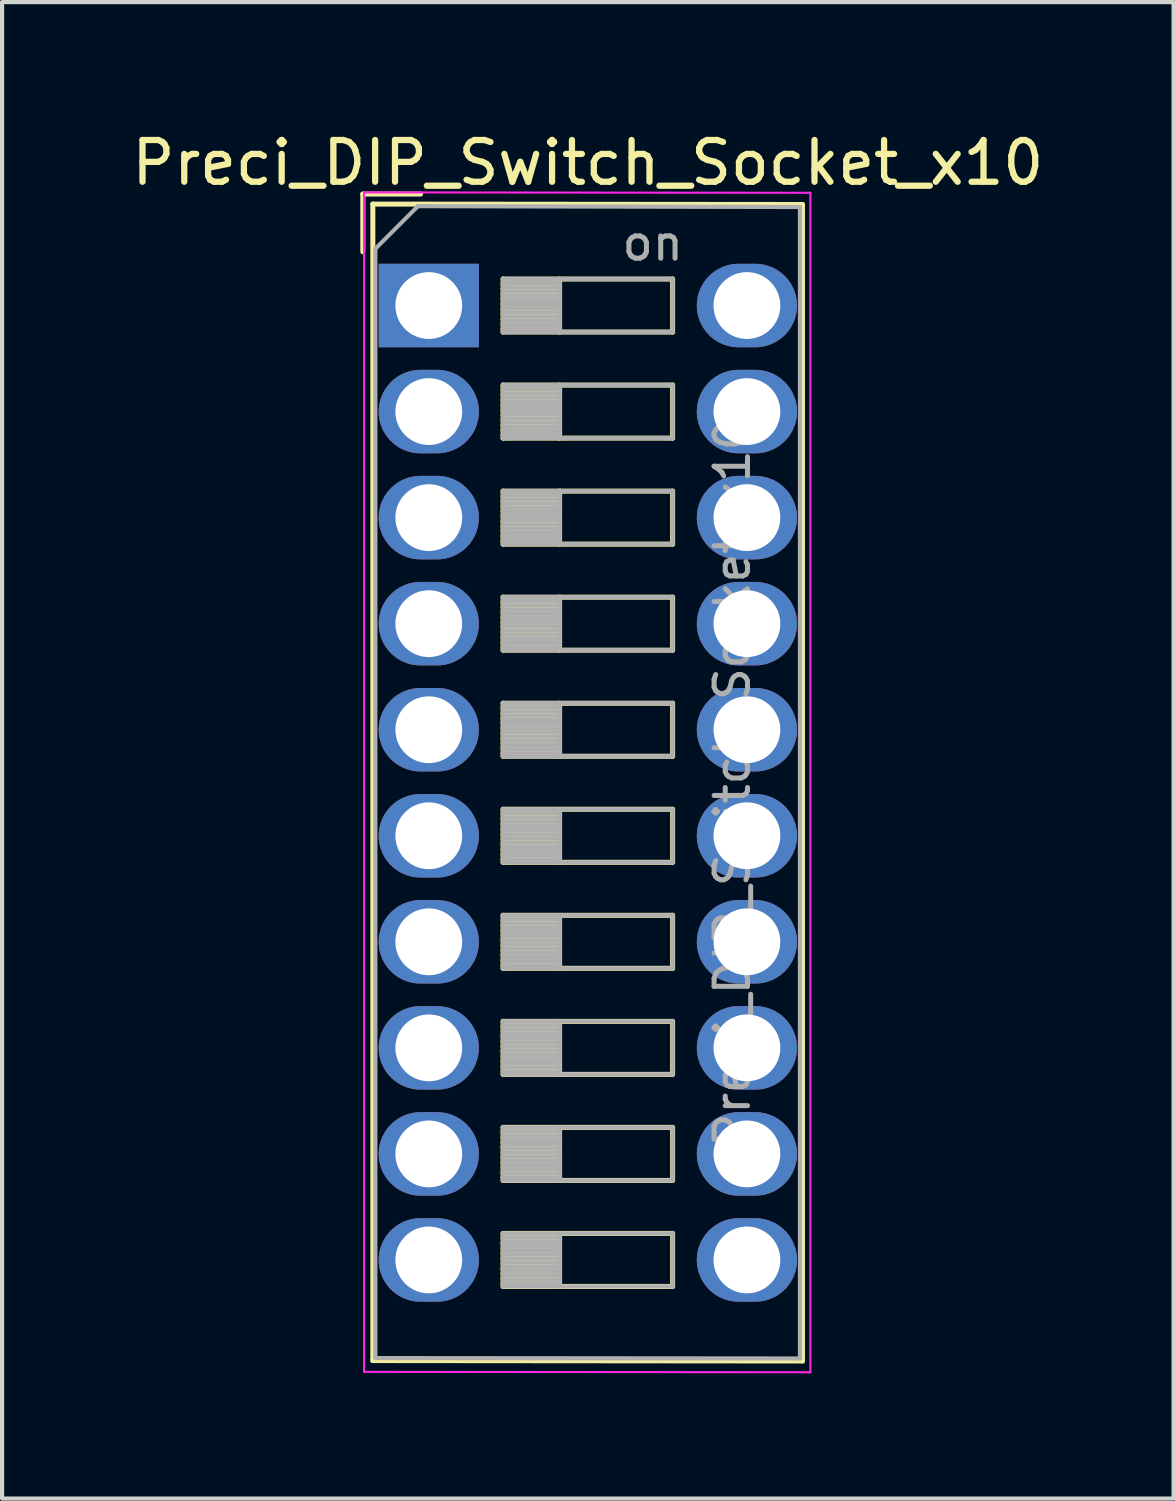
<source format=kicad_pcb>
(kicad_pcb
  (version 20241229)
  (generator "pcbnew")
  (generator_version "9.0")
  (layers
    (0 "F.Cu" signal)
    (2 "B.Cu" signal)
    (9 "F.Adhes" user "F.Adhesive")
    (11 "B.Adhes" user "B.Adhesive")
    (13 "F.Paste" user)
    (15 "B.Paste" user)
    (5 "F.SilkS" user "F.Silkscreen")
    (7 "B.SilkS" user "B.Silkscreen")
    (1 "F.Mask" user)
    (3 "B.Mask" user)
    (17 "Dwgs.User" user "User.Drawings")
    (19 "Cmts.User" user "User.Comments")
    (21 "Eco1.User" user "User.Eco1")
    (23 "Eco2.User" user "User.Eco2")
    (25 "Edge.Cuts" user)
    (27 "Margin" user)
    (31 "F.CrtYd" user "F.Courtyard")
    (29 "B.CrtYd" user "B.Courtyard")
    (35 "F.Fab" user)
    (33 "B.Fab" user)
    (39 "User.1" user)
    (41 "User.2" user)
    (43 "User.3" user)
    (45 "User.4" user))
  (footprint "Preci_DIP_Switch_Socket_x10"
    (layer "F.Cu")
    (at 7.22 4.268)
    (property "Reference" "Preci_DIP_Switch_Socket_x10" (at 3.81 -3.42 0) (layer "F.SilkS") (effects (font (size 1 1) (thickness 0.15))))
    (attr through_hole)
    (fp_line (start -1.58 -2.67) (end -1.58 -1.287) (stroke (width 0.12) (type solid)) (layer "F.SilkS"))
    (fp_line (start -1.58 -2.67) (end -0.196 -2.67) (stroke (width 0.12) (type solid)) (layer "F.SilkS"))
    (fp_line (start -1.34 -2.43) (end -1.34 25.27) (stroke (width 0.12) (type solid)) (layer "F.SilkS"))
    (fp_line (start -1.34 -2.43) (end 8.95 -2.42) (stroke (width 0.12) (type solid)) (layer "F.SilkS"))
    (fp_line (start -1.34 25.27) (end 8.95 25.28) (stroke (width 0.12) (type solid)) (layer "F.SilkS"))
    (fp_line (start 1.78 -0.635) (end 1.78 0.635) (stroke (width 0.12) (type solid)) (layer "F.SilkS"))
    (fp_line (start 1.78 -0.515) (end 3.133 -0.515) (stroke (width 0.12) (type solid)) (layer "F.SilkS"))
    (fp_line (start 1.78 -0.395) (end 3.133 -0.395) (stroke (width 0.12) (type solid)) (layer "F.SilkS"))
    (fp_line (start 1.78 -0.275) (end 3.133 -0.275) (stroke (width 0.12) (type solid)) (layer "F.SilkS"))
    (fp_line (start 1.78 -0.155) (end 3.133 -0.155) (stroke (width 0.12) (type solid)) (layer "F.SilkS"))
    (fp_line (start 1.78 -0.035) (end 3.133 -0.035) (stroke (width 0.12) (type solid)) (layer "F.SilkS"))
    (fp_line (start 1.78 0.085) (end 3.133 0.085) (stroke (width 0.12) (type solid)) (layer "F.SilkS"))
    (fp_line (start 1.78 0.205) (end 3.133 0.205) (stroke (width 0.12) (type solid)) (layer "F.SilkS"))
    (fp_line (start 1.78 0.325) (end 3.133 0.325) (stroke (width 0.12) (type solid)) (layer "F.SilkS"))
    (fp_line (start 1.78 0.445) (end 3.133 0.445) (stroke (width 0.12) (type solid)) (layer "F.SilkS"))
    (fp_line (start 1.78 0.565) (end 3.133 0.565) (stroke (width 0.12) (type solid)) (layer "F.SilkS"))
    (fp_line (start 1.78 0.635) (end 5.84 0.635) (stroke (width 0.12) (type solid)) (layer "F.SilkS"))
    (fp_line (start 1.78 1.905) (end 1.78 3.175) (stroke (width 0.12) (type solid)) (layer "F.SilkS"))
    (fp_line (start 1.78 2.025) (end 3.133 2.025) (stroke (width 0.12) (type solid)) (layer "F.SilkS"))
    (fp_line (start 1.78 2.145) (end 3.133 2.145) (stroke (width 0.12) (type solid)) (layer "F.SilkS"))
    (fp_line (start 1.78 2.265) (end 3.133 2.265) (stroke (width 0.12) (type solid)) (layer "F.SilkS"))
    (fp_line (start 1.78 2.385) (end 3.133 2.385) (stroke (width 0.12) (type solid)) (layer "F.SilkS"))
    (fp_line (start 1.78 2.505) (end 3.133 2.505) (stroke (width 0.12) (type solid)) (layer "F.SilkS"))
    (fp_line (start 1.78 2.625) (end 3.133 2.625) (stroke (width 0.12) (type solid)) (layer "F.SilkS"))
    (fp_line (start 1.78 2.745) (end 3.133 2.745) (stroke (width 0.12) (type solid)) (layer "F.SilkS"))
    (fp_line (start 1.78 2.865) (end 3.133 2.865) (stroke (width 0.12) (type solid)) (layer "F.SilkS"))
    (fp_line (start 1.78 2.985) (end 3.133 2.985) (stroke (width 0.12) (type solid)) (layer "F.SilkS"))
    (fp_line (start 1.78 3.105) (end 3.133 3.105) (stroke (width 0.12) (type solid)) (layer "F.SilkS"))
    (fp_line (start 1.78 3.175) (end 5.84 3.175) (stroke (width 0.12) (type solid)) (layer "F.SilkS"))
    (fp_line (start 1.78 4.445) (end 1.78 5.715) (stroke (width 0.12) (type solid)) (layer "F.SilkS"))
    (fp_line (start 1.78 4.565) (end 3.133 4.565) (stroke (width 0.12) (type solid)) (layer "F.SilkS"))
    (fp_line (start 1.78 4.685) (end 3.133 4.685) (stroke (width 0.12) (type solid)) (layer "F.SilkS"))
    (fp_line (start 1.78 4.805) (end 3.133 4.805) (stroke (width 0.12) (type solid)) (layer "F.SilkS"))
    (fp_line (start 1.78 4.925) (end 3.133 4.925) (stroke (width 0.12) (type solid)) (layer "F.SilkS"))
    (fp_line (start 1.78 5.045) (end 3.133 5.045) (stroke (width 0.12) (type solid)) (layer "F.SilkS"))
    (fp_line (start 1.78 5.165) (end 3.133 5.165) (stroke (width 0.12) (type solid)) (layer "F.SilkS"))
    (fp_line (start 1.78 5.285) (end 3.133 5.285) (stroke (width 0.12) (type solid)) (layer "F.SilkS"))
    (fp_line (start 1.78 5.405) (end 3.133 5.405) (stroke (width 0.12) (type solid)) (layer "F.SilkS"))
    (fp_line (start 1.78 5.525) (end 3.133 5.525) (stroke (width 0.12) (type solid)) (layer "F.SilkS"))
    (fp_line (start 1.78 5.645) (end 3.133 5.645) (stroke (width 0.12) (type solid)) (layer "F.SilkS"))
    (fp_line (start 1.78 5.715) (end 5.84 5.715) (stroke (width 0.12) (type solid)) (layer "F.SilkS"))
    (fp_line (start 1.78 6.985) (end 1.78 8.255) (stroke (width 0.12) (type solid)) (layer "F.SilkS"))
    (fp_line (start 1.78 7.105) (end 3.133 7.105) (stroke (width 0.12) (type solid)) (layer "F.SilkS"))
    (fp_line (start 1.78 7.225) (end 3.133 7.225) (stroke (width 0.12) (type solid)) (layer "F.SilkS"))
    (fp_line (start 1.78 7.345) (end 3.133 7.345) (stroke (width 0.12) (type solid)) (layer "F.SilkS"))
    (fp_line (start 1.78 7.465) (end 3.133 7.465) (stroke (width 0.12) (type solid)) (layer "F.SilkS"))
    (fp_line (start 1.78 7.585) (end 3.133 7.585) (stroke (width 0.12) (type solid)) (layer "F.SilkS"))
    (fp_line (start 1.78 7.705) (end 3.133 7.705) (stroke (width 0.12) (type solid)) (layer "F.SilkS"))
    (fp_line (start 1.78 7.825) (end 3.133 7.825) (stroke (width 0.12) (type solid)) (layer "F.SilkS"))
    (fp_line (start 1.78 7.945) (end 3.133 7.945) (stroke (width 0.12) (type solid)) (layer "F.SilkS"))
    (fp_line (start 1.78 8.065) (end 3.133 8.065) (stroke (width 0.12) (type solid)) (layer "F.SilkS"))
    (fp_line (start 1.78 8.185) (end 3.133 8.185) (stroke (width 0.12) (type solid)) (layer "F.SilkS"))
    (fp_line (start 1.78 8.255) (end 5.84 8.255) (stroke (width 0.12) (type solid)) (layer "F.SilkS"))
    (fp_line (start 1.78 9.525) (end 1.78 10.795) (stroke (width 0.12) (type solid)) (layer "F.SilkS"))
    (fp_line (start 1.78 9.645) (end 3.133 9.645) (stroke (width 0.12) (type solid)) (layer "F.SilkS"))
    (fp_line (start 1.78 9.765) (end 3.133 9.765) (stroke (width 0.12) (type solid)) (layer "F.SilkS"))
    (fp_line (start 1.78 9.885) (end 3.133 9.885) (stroke (width 0.12) (type solid)) (layer "F.SilkS"))
    (fp_line (start 1.78 10.005) (end 3.133 10.005) (stroke (width 0.12) (type solid)) (layer "F.SilkS"))
    (fp_line (start 1.78 10.125) (end 3.133 10.125) (stroke (width 0.12) (type solid)) (layer "F.SilkS"))
    (fp_line (start 1.78 10.245) (end 3.133 10.245) (stroke (width 0.12) (type solid)) (layer "F.SilkS"))
    (fp_line (start 1.78 10.365) (end 3.133 10.365) (stroke (width 0.12) (type solid)) (layer "F.SilkS"))
    (fp_line (start 1.78 10.485) (end 3.133 10.485) (stroke (width 0.12) (type solid)) (layer "F.SilkS"))
    (fp_line (start 1.78 10.605) (end 3.133 10.605) (stroke (width 0.12) (type solid)) (layer "F.SilkS"))
    (fp_line (start 1.78 10.725) (end 3.133 10.725) (stroke (width 0.12) (type solid)) (layer "F.SilkS"))
    (fp_line (start 1.78 10.795) (end 5.84 10.795) (stroke (width 0.12) (type solid)) (layer "F.SilkS"))
    (fp_line (start 1.78 12.065) (end 1.78 13.335) (stroke (width 0.12) (type solid)) (layer "F.SilkS"))
    (fp_line (start 1.78 12.185) (end 3.133 12.185) (stroke (width 0.12) (type solid)) (layer "F.SilkS"))
    (fp_line (start 1.78 12.305) (end 3.133 12.305) (stroke (width 0.12) (type solid)) (layer "F.SilkS"))
    (fp_line (start 1.78 12.425) (end 3.133 12.425) (stroke (width 0.12) (type solid)) (layer "F.SilkS"))
    (fp_line (start 1.78 12.545) (end 3.133 12.545) (stroke (width 0.12) (type solid)) (layer "F.SilkS"))
    (fp_line (start 1.78 12.665) (end 3.133 12.665) (stroke (width 0.12) (type solid)) (layer "F.SilkS"))
    (fp_line (start 1.78 12.785) (end 3.133 12.785) (stroke (width 0.12) (type solid)) (layer "F.SilkS"))
    (fp_line (start 1.78 12.905) (end 3.133 12.905) (stroke (width 0.12) (type solid)) (layer "F.SilkS"))
    (fp_line (start 1.78 13.025) (end 3.133 13.025) (stroke (width 0.12) (type solid)) (layer "F.SilkS"))
    (fp_line (start 1.78 13.145) (end 3.133 13.145) (stroke (width 0.12) (type solid)) (layer "F.SilkS"))
    (fp_line (start 1.78 13.265) (end 3.133 13.265) (stroke (width 0.12) (type solid)) (layer "F.SilkS"))
    (fp_line (start 1.78 13.335) (end 5.84 13.335) (stroke (width 0.12) (type solid)) (layer "F.SilkS"))
    (fp_line (start 1.78 14.605) (end 1.78 15.875) (stroke (width 0.12) (type solid)) (layer "F.SilkS"))
    (fp_line (start 1.78 14.725) (end 3.133 14.725) (stroke (width 0.12) (type solid)) (layer "F.SilkS"))
    (fp_line (start 1.78 14.845) (end 3.133 14.845) (stroke (width 0.12) (type solid)) (layer "F.SilkS"))
    (fp_line (start 1.78 14.965) (end 3.133 14.965) (stroke (width 0.12) (type solid)) (layer "F.SilkS"))
    (fp_line (start 1.78 15.085) (end 3.133 15.085) (stroke (width 0.12) (type solid)) (layer "F.SilkS"))
    (fp_line (start 1.78 15.205) (end 3.133 15.205) (stroke (width 0.12) (type solid)) (layer "F.SilkS"))
    (fp_line (start 1.78 15.325) (end 3.133 15.325) (stroke (width 0.12) (type solid)) (layer "F.SilkS"))
    (fp_line (start 1.78 15.445) (end 3.133 15.445) (stroke (width 0.12) (type solid)) (layer "F.SilkS"))
    (fp_line (start 1.78 15.565) (end 3.133 15.565) (stroke (width 0.12) (type solid)) (layer "F.SilkS"))
    (fp_line (start 1.78 15.685) (end 3.133 15.685) (stroke (width 0.12) (type solid)) (layer "F.SilkS"))
    (fp_line (start 1.78 15.805) (end 3.133 15.805) (stroke (width 0.12) (type solid)) (layer "F.SilkS"))
    (fp_line (start 1.78 15.875) (end 5.84 15.875) (stroke (width 0.12) (type solid)) (layer "F.SilkS"))
    (fp_line (start 1.78 17.145) (end 1.78 18.415) (stroke (width 0.12) (type solid)) (layer "F.SilkS"))
    (fp_line (start 1.78 17.265) (end 3.133 17.265) (stroke (width 0.12) (type solid)) (layer "F.SilkS"))
    (fp_line (start 1.78 17.385) (end 3.133 17.385) (stroke (width 0.12) (type solid)) (layer "F.SilkS"))
    (fp_line (start 1.78 17.505) (end 3.133 17.505) (stroke (width 0.12) (type solid)) (layer "F.SilkS"))
    (fp_line (start 1.78 17.625) (end 3.133 17.625) (stroke (width 0.12) (type solid)) (layer "F.SilkS"))
    (fp_line (start 1.78 17.745) (end 3.133 17.745) (stroke (width 0.12) (type solid)) (layer "F.SilkS"))
    (fp_line (start 1.78 17.865) (end 3.133 17.865) (stroke (width 0.12) (type solid)) (layer "F.SilkS"))
    (fp_line (start 1.78 17.985) (end 3.133 17.985) (stroke (width 0.12) (type solid)) (layer "F.SilkS"))
    (fp_line (start 1.78 18.105) (end 3.133 18.105) (stroke (width 0.12) (type solid)) (layer "F.SilkS"))
    (fp_line (start 1.78 18.225) (end 3.133 18.225) (stroke (width 0.12) (type solid)) (layer "F.SilkS"))
    (fp_line (start 1.78 18.345) (end 3.133 18.345) (stroke (width 0.12) (type solid)) (layer "F.SilkS"))
    (fp_line (start 1.78 18.415) (end 5.84 18.415) (stroke (width 0.12) (type solid)) (layer "F.SilkS"))
    (fp_line (start 1.78 19.685) (end 1.78 20.955) (stroke (width 0.12) (type solid)) (layer "F.SilkS"))
    (fp_line (start 1.78 19.805) (end 3.133 19.805) (stroke (width 0.12) (type solid)) (layer "F.SilkS"))
    (fp_line (start 1.78 19.925) (end 3.133 19.925) (stroke (width 0.12) (type solid)) (layer "F.SilkS"))
    (fp_line (start 1.78 20.045) (end 3.133 20.045) (stroke (width 0.12) (type solid)) (layer "F.SilkS"))
    (fp_line (start 1.78 20.165) (end 3.133 20.165) (stroke (width 0.12) (type solid)) (layer "F.SilkS"))
    (fp_line (start 1.78 20.285) (end 3.133 20.285) (stroke (width 0.12) (type solid)) (layer "F.SilkS"))
    (fp_line (start 1.78 20.405) (end 3.133 20.405) (stroke (width 0.12) (type solid)) (layer "F.SilkS"))
    (fp_line (start 1.78 20.525) (end 3.133 20.525) (stroke (width 0.12) (type solid)) (layer "F.SilkS"))
    (fp_line (start 1.78 20.645) (end 3.133 20.645) (stroke (width 0.12) (type solid)) (layer "F.SilkS"))
    (fp_line (start 1.78 20.765) (end 3.133 20.765) (stroke (width 0.12) (type solid)) (layer "F.SilkS"))
    (fp_line (start 1.78 20.885) (end 3.133 20.885) (stroke (width 0.12) (type solid)) (layer "F.SilkS"))
    (fp_line (start 1.78 20.955) (end 5.84 20.955) (stroke (width 0.12) (type solid)) (layer "F.SilkS"))
    (fp_line (start 1.78 22.225) (end 1.78 23.495) (stroke (width 0.12) (type solid)) (layer "F.SilkS"))
    (fp_line (start 1.78 22.345) (end 3.133 22.345) (stroke (width 0.12) (type solid)) (layer "F.SilkS"))
    (fp_line (start 1.78 22.465) (end 3.133 22.465) (stroke (width 0.12) (type solid)) (layer "F.SilkS"))
    (fp_line (start 1.78 22.585) (end 3.133 22.585) (stroke (width 0.12) (type solid)) (layer "F.SilkS"))
    (fp_line (start 1.78 22.705) (end 3.133 22.705) (stroke (width 0.12) (type solid)) (layer "F.SilkS"))
    (fp_line (start 1.78 22.825) (end 3.133 22.825) (stroke (width 0.12) (type solid)) (layer "F.SilkS"))
    (fp_line (start 1.78 22.945) (end 3.133 22.945) (stroke (width 0.12) (type solid)) (layer "F.SilkS"))
    (fp_line (start 1.78 23.065) (end 3.133 23.065) (stroke (width 0.12) (type solid)) (layer "F.SilkS"))
    (fp_line (start 1.78 23.185) (end 3.133 23.185) (stroke (width 0.12) (type solid)) (layer "F.SilkS"))
    (fp_line (start 1.78 23.305) (end 3.133 23.305) (stroke (width 0.12) (type solid)) (layer "F.SilkS"))
    (fp_line (start 1.78 23.425) (end 3.133 23.425) (stroke (width 0.12) (type solid)) (layer "F.SilkS"))
    (fp_line (start 1.78 23.495) (end 5.84 23.495) (stroke (width 0.12) (type solid)) (layer "F.SilkS"))
    (fp_line (start 3.133 -0.635) (end 3.133 0.635) (stroke (width 0.12) (type solid)) (layer "F.SilkS"))
    (fp_line (start 3.133 1.905) (end 3.133 3.175) (stroke (width 0.12) (type solid)) (layer "F.SilkS"))
    (fp_line (start 3.133 4.445) (end 3.133 5.715) (stroke (width 0.12) (type solid)) (layer "F.SilkS"))
    (fp_line (start 3.133 6.985) (end 3.133 8.255) (stroke (width 0.12) (type solid)) (layer "F.SilkS"))
    (fp_line (start 3.133 9.525) (end 3.133 10.795) (stroke (width 0.12) (type solid)) (layer "F.SilkS"))
    (fp_line (start 3.133 12.065) (end 3.133 13.335) (stroke (width 0.12) (type solid)) (layer "F.SilkS"))
    (fp_line (start 3.133 14.605) (end 3.133 15.875) (stroke (width 0.12) (type solid)) (layer "F.SilkS"))
    (fp_line (start 3.133 17.145) (end 3.133 18.415) (stroke (width 0.12) (type solid)) (layer "F.SilkS"))
    (fp_line (start 3.133 19.685) (end 3.133 20.955) (stroke (width 0.12) (type solid)) (layer "F.SilkS"))
    (fp_line (start 3.133 22.225) (end 3.133 23.495) (stroke (width 0.12) (type solid)) (layer "F.SilkS"))
    (fp_line (start 5.84 -0.635) (end 1.78 -0.635) (stroke (width 0.12) (type solid)) (layer "F.SilkS"))
    (fp_line (start 5.84 0.635) (end 5.84 -0.635) (stroke (width 0.12) (type solid)) (layer "F.SilkS"))
    (fp_line (start 5.84 1.905) (end 1.78 1.905) (stroke (width 0.12) (type solid)) (layer "F.SilkS"))
    (fp_line (start 5.84 3.175) (end 5.84 1.905) (stroke (width 0.12) (type solid)) (layer "F.SilkS"))
    (fp_line (start 5.84 4.445) (end 1.78 4.445) (stroke (width 0.12) (type solid)) (layer "F.SilkS"))
    (fp_line (start 5.84 5.715) (end 5.84 4.445) (stroke (width 0.12) (type solid)) (layer "F.SilkS"))
    (fp_line (start 5.84 6.985) (end 1.78 6.985) (stroke (width 0.12) (type solid)) (layer "F.SilkS"))
    (fp_line (start 5.84 8.255) (end 5.84 6.985) (stroke (width 0.12) (type solid)) (layer "F.SilkS"))
    (fp_line (start 5.84 9.525) (end 1.78 9.525) (stroke (width 0.12) (type solid)) (layer "F.SilkS"))
    (fp_line (start 5.84 10.795) (end 5.84 9.525) (stroke (width 0.12) (type solid)) (layer "F.SilkS"))
    (fp_line (start 5.84 12.065) (end 1.78 12.065) (stroke (width 0.12) (type solid)) (layer "F.SilkS"))
    (fp_line (start 5.84 13.335) (end 5.84 12.065) (stroke (width 0.12) (type solid)) (layer "F.SilkS"))
    (fp_line (start 5.84 14.605) (end 1.78 14.605) (stroke (width 0.12) (type solid)) (layer "F.SilkS"))
    (fp_line (start 5.84 15.875) (end 5.84 14.605) (stroke (width 0.12) (type solid)) (layer "F.SilkS"))
    (fp_line (start 5.84 17.145) (end 1.78 17.145) (stroke (width 0.12) (type solid)) (layer "F.SilkS"))
    (fp_line (start 5.84 18.415) (end 5.84 17.145) (stroke (width 0.12) (type solid)) (layer "F.SilkS"))
    (fp_line (start 5.84 19.685) (end 1.78 19.685) (stroke (width 0.12) (type solid)) (layer "F.SilkS"))
    (fp_line (start 5.84 20.955) (end 5.84 19.685) (stroke (width 0.12) (type solid)) (layer "F.SilkS"))
    (fp_line (start 5.84 22.225) (end 1.78 22.225) (stroke (width 0.12) (type solid)) (layer "F.SilkS"))
    (fp_line (start 5.84 23.495) (end 5.84 22.225) (stroke (width 0.12) (type solid)) (layer "F.SilkS"))
    (fp_line (start 8.95 -2.42) (end 8.95 25.28) (stroke (width 0.12) (type solid)) (layer "F.SilkS"))
    (fp_line (start -1.55 -2.71) (end -1.55 25.54) (stroke (width 0.05) (type solid)) (layer "F.CrtYd"))
    (fp_line (start -1.55 25.54) (end 9.14 25.55) (stroke (width 0.05) (type solid)) (layer "F.CrtYd"))
    (fp_line (start 9.14 -2.7) (end -1.55 -2.71) (stroke (width 0.05) (type solid)) (layer "F.CrtYd"))
    (fp_line (start 9.14 25.55) (end 9.14 -2.7) (stroke (width 0.05) (type solid)) (layer "F.CrtYd"))
    (fp_line (start -1.28 25.21) (end -1.28 -1.37) (stroke (width 0.1) (type solid)) (layer "F.Fab"))
    (fp_line (start -1.26 -1.38) (end -0.26 -2.38) (stroke (width 0.1) (type solid)) (layer "F.Fab"))
    (fp_line (start -0.26 -2.38) (end 8.89 -2.36) (stroke (width 0.1) (type solid)) (layer "F.Fab"))
    (fp_line (start 1.78 -0.635) (end 1.78 0.635) (stroke (width 0.1) (type solid)) (layer "F.Fab"))
    (fp_line (start 1.78 -0.535) (end 3.133 -0.535) (stroke (width 0.1) (type solid)) (layer "F.Fab"))
    (fp_line (start 1.78 -0.435) (end 3.133 -0.435) (stroke (width 0.1) (type solid)) (layer "F.Fab"))
    (fp_line (start 1.78 -0.335) (end 3.133 -0.335) (stroke (width 0.1) (type solid)) (layer "F.Fab"))
    (fp_line (start 1.78 -0.235) (end 3.133 -0.235) (stroke (width 0.1) (type solid)) (layer "F.Fab"))
    (fp_line (start 1.78 -0.135) (end 3.133 -0.135) (stroke (width 0.1) (type solid)) (layer "F.Fab"))
    (fp_line (start 1.78 -0.035) (end 3.133 -0.035) (stroke (width 0.1) (type solid)) (layer "F.Fab"))
    (fp_line (start 1.78 0.065) (end 3.133 0.065) (stroke (width 0.1) (type solid)) (layer "F.Fab"))
    (fp_line (start 1.78 0.165) (end 3.133 0.165) (stroke (width 0.1) (type solid)) (layer "F.Fab"))
    (fp_line (start 1.78 0.265) (end 3.133 0.265) (stroke (width 0.1) (type solid)) (layer "F.Fab"))
    (fp_line (start 1.78 0.365) (end 3.133 0.365) (stroke (width 0.1) (type solid)) (layer "F.Fab"))
    (fp_line (start 1.78 0.465) (end 3.133 0.465) (stroke (width 0.1) (type solid)) (layer "F.Fab"))
    (fp_line (start 1.78 0.565) (end 3.133 0.565) (stroke (width 0.1) (type solid)) (layer "F.Fab"))
    (fp_line (start 1.78 0.635) (end 5.84 0.635) (stroke (width 0.1) (type solid)) (layer "F.Fab"))
    (fp_line (start 1.78 1.905) (end 1.78 3.175) (stroke (width 0.1) (type solid)) (layer "F.Fab"))
    (fp_line (start 1.78 2.005) (end 3.133 2.005) (stroke (width 0.1) (type solid)) (layer "F.Fab"))
    (fp_line (start 1.78 2.105) (end 3.133 2.105) (stroke (width 0.1) (type solid)) (layer "F.Fab"))
    (fp_line (start 1.78 2.205) (end 3.133 2.205) (stroke (width 0.1) (type solid)) (layer "F.Fab"))
    (fp_line (start 1.78 2.305) (end 3.133 2.305) (stroke (width 0.1) (type solid)) (layer "F.Fab"))
    (fp_line (start 1.78 2.405) (end 3.133 2.405) (stroke (width 0.1) (type solid)) (layer "F.Fab"))
    (fp_line (start 1.78 2.505) (end 3.133 2.505) (stroke (width 0.1) (type solid)) (layer "F.Fab"))
    (fp_line (start 1.78 2.605) (end 3.133 2.605) (stroke (width 0.1) (type solid)) (layer "F.Fab"))
    (fp_line (start 1.78 2.705) (end 3.133 2.705) (stroke (width 0.1) (type solid)) (layer "F.Fab"))
    (fp_line (start 1.78 2.805) (end 3.133 2.805) (stroke (width 0.1) (type solid)) (layer "F.Fab"))
    (fp_line (start 1.78 2.905) (end 3.133 2.905) (stroke (width 0.1) (type solid)) (layer "F.Fab"))
    (fp_line (start 1.78 3.005) (end 3.133 3.005) (stroke (width 0.1) (type solid)) (layer "F.Fab"))
    (fp_line (start 1.78 3.105) (end 3.133 3.105) (stroke (width 0.1) (type solid)) (layer "F.Fab"))
    (fp_line (start 1.78 3.175) (end 5.84 3.175) (stroke (width 0.1) (type solid)) (layer "F.Fab"))
    (fp_line (start 1.78 4.445) (end 1.78 5.715) (stroke (width 0.1) (type solid)) (layer "F.Fab"))
    (fp_line (start 1.78 4.545) (end 3.133 4.545) (stroke (width 0.1) (type solid)) (layer "F.Fab"))
    (fp_line (start 1.78 4.645) (end 3.133 4.645) (stroke (width 0.1) (type solid)) (layer "F.Fab"))
    (fp_line (start 1.78 4.745) (end 3.133 4.745) (stroke (width 0.1) (type solid)) (layer "F.Fab"))
    (fp_line (start 1.78 4.845) (end 3.133 4.845) (stroke (width 0.1) (type solid)) (layer "F.Fab"))
    (fp_line (start 1.78 4.945) (end 3.133 4.945) (stroke (width 0.1) (type solid)) (layer "F.Fab"))
    (fp_line (start 1.78 5.045) (end 3.133 5.045) (stroke (width 0.1) (type solid)) (layer "F.Fab"))
    (fp_line (start 1.78 5.145) (end 3.133 5.145) (stroke (width 0.1) (type solid)) (layer "F.Fab"))
    (fp_line (start 1.78 5.245) (end 3.133 5.245) (stroke (width 0.1) (type solid)) (layer "F.Fab"))
    (fp_line (start 1.78 5.345) (end 3.133 5.345) (stroke (width 0.1) (type solid)) (layer "F.Fab"))
    (fp_line (start 1.78 5.445) (end 3.133 5.445) (stroke (width 0.1) (type solid)) (layer "F.Fab"))
    (fp_line (start 1.78 5.545) (end 3.133 5.545) (stroke (width 0.1) (type solid)) (layer "F.Fab"))
    (fp_line (start 1.78 5.645) (end 3.133 5.645) (stroke (width 0.1) (type solid)) (layer "F.Fab"))
    (fp_line (start 1.78 5.715) (end 5.84 5.715) (stroke (width 0.1) (type solid)) (layer "F.Fab"))
    (fp_line (start 1.78 6.985) (end 1.78 8.255) (stroke (width 0.1) (type solid)) (layer "F.Fab"))
    (fp_line (start 1.78 7.085) (end 3.133 7.085) (stroke (width 0.1) (type solid)) (layer "F.Fab"))
    (fp_line (start 1.78 7.185) (end 3.133 7.185) (stroke (width 0.1) (type solid)) (layer "F.Fab"))
    (fp_line (start 1.78 7.285) (end 3.133 7.285) (stroke (width 0.1) (type solid)) (layer "F.Fab"))
    (fp_line (start 1.78 7.385) (end 3.133 7.385) (stroke (width 0.1) (type solid)) (layer "F.Fab"))
    (fp_line (start 1.78 7.485) (end 3.133 7.485) (stroke (width 0.1) (type solid)) (layer "F.Fab"))
    (fp_line (start 1.78 7.585) (end 3.133 7.585) (stroke (width 0.1) (type solid)) (layer "F.Fab"))
    (fp_line (start 1.78 7.685) (end 3.133 7.685) (stroke (width 0.1) (type solid)) (layer "F.Fab"))
    (fp_line (start 1.78 7.785) (end 3.133 7.785) (stroke (width 0.1) (type solid)) (layer "F.Fab"))
    (fp_line (start 1.78 7.885) (end 3.133 7.885) (stroke (width 0.1) (type solid)) (layer "F.Fab"))
    (fp_line (start 1.78 7.985) (end 3.133 7.985) (stroke (width 0.1) (type solid)) (layer "F.Fab"))
    (fp_line (start 1.78 8.085) (end 3.133 8.085) (stroke (width 0.1) (type solid)) (layer "F.Fab"))
    (fp_line (start 1.78 8.185) (end 3.133 8.185) (stroke (width 0.1) (type solid)) (layer "F.Fab"))
    (fp_line (start 1.78 8.255) (end 5.84 8.255) (stroke (width 0.1) (type solid)) (layer "F.Fab"))
    (fp_line (start 1.78 9.525) (end 1.78 10.795) (stroke (width 0.1) (type solid)) (layer "F.Fab"))
    (fp_line (start 1.78 9.625) (end 3.133 9.625) (stroke (width 0.1) (type solid)) (layer "F.Fab"))
    (fp_line (start 1.78 9.725) (end 3.133 9.725) (stroke (width 0.1) (type solid)) (layer "F.Fab"))
    (fp_line (start 1.78 9.825) (end 3.133 9.825) (stroke (width 0.1) (type solid)) (layer "F.Fab"))
    (fp_line (start 1.78 9.925) (end 3.133 9.925) (stroke (width 0.1) (type solid)) (layer "F.Fab"))
    (fp_line (start 1.78 10.025) (end 3.133 10.025) (stroke (width 0.1) (type solid)) (layer "F.Fab"))
    (fp_line (start 1.78 10.125) (end 3.133 10.125) (stroke (width 0.1) (type solid)) (layer "F.Fab"))
    (fp_line (start 1.78 10.225) (end 3.133 10.225) (stroke (width 0.1) (type solid)) (layer "F.Fab"))
    (fp_line (start 1.78 10.325) (end 3.133 10.325) (stroke (width 0.1) (type solid)) (layer "F.Fab"))
    (fp_line (start 1.78 10.425) (end 3.133 10.425) (stroke (width 0.1) (type solid)) (layer "F.Fab"))
    (fp_line (start 1.78 10.525) (end 3.133 10.525) (stroke (width 0.1) (type solid)) (layer "F.Fab"))
    (fp_line (start 1.78 10.625) (end 3.133 10.625) (stroke (width 0.1) (type solid)) (layer "F.Fab"))
    (fp_line (start 1.78 10.725) (end 3.133 10.725) (stroke (width 0.1) (type solid)) (layer "F.Fab"))
    (fp_line (start 1.78 10.795) (end 5.84 10.795) (stroke (width 0.1) (type solid)) (layer "F.Fab"))
    (fp_line (start 1.78 12.065) (end 1.78 13.335) (stroke (width 0.1) (type solid)) (layer "F.Fab"))
    (fp_line (start 1.78 12.165) (end 3.133 12.165) (stroke (width 0.1) (type solid)) (layer "F.Fab"))
    (fp_line (start 1.78 12.265) (end 3.133 12.265) (stroke (width 0.1) (type solid)) (layer "F.Fab"))
    (fp_line (start 1.78 12.365) (end 3.133 12.365) (stroke (width 0.1) (type solid)) (layer "F.Fab"))
    (fp_line (start 1.78 12.465) (end 3.133 12.465) (stroke (width 0.1) (type solid)) (layer "F.Fab"))
    (fp_line (start 1.78 12.565) (end 3.133 12.565) (stroke (width 0.1) (type solid)) (layer "F.Fab"))
    (fp_line (start 1.78 12.665) (end 3.133 12.665) (stroke (width 0.1) (type solid)) (layer "F.Fab"))
    (fp_line (start 1.78 12.765) (end 3.133 12.765) (stroke (width 0.1) (type solid)) (layer "F.Fab"))
    (fp_line (start 1.78 12.865) (end 3.133 12.865) (stroke (width 0.1) (type solid)) (layer "F.Fab"))
    (fp_line (start 1.78 12.965) (end 3.133 12.965) (stroke (width 0.1) (type solid)) (layer "F.Fab"))
    (fp_line (start 1.78 13.065) (end 3.133 13.065) (stroke (width 0.1) (type solid)) (layer "F.Fab"))
    (fp_line (start 1.78 13.165) (end 3.133 13.165) (stroke (width 0.1) (type solid)) (layer "F.Fab"))
    (fp_line (start 1.78 13.265) (end 3.133 13.265) (stroke (width 0.1) (type solid)) (layer "F.Fab"))
    (fp_line (start 1.78 13.335) (end 5.84 13.335) (stroke (width 0.1) (type solid)) (layer "F.Fab"))
    (fp_line (start 1.78 14.605) (end 1.78 15.875) (stroke (width 0.1) (type solid)) (layer "F.Fab"))
    (fp_line (start 1.78 14.705) (end 3.133 14.705) (stroke (width 0.1) (type solid)) (layer "F.Fab"))
    (fp_line (start 1.78 14.805) (end 3.133 14.805) (stroke (width 0.1) (type solid)) (layer "F.Fab"))
    (fp_line (start 1.78 14.905) (end 3.133 14.905) (stroke (width 0.1) (type solid)) (layer "F.Fab"))
    (fp_line (start 1.78 15.005) (end 3.133 15.005) (stroke (width 0.1) (type solid)) (layer "F.Fab"))
    (fp_line (start 1.78 15.105) (end 3.133 15.105) (stroke (width 0.1) (type solid)) (layer "F.Fab"))
    (fp_line (start 1.78 15.205) (end 3.133 15.205) (stroke (width 0.1) (type solid)) (layer "F.Fab"))
    (fp_line (start 1.78 15.305) (end 3.133 15.305) (stroke (width 0.1) (type solid)) (layer "F.Fab"))
    (fp_line (start 1.78 15.405) (end 3.133 15.405) (stroke (width 0.1) (type solid)) (layer "F.Fab"))
    (fp_line (start 1.78 15.505) (end 3.133 15.505) (stroke (width 0.1) (type solid)) (layer "F.Fab"))
    (fp_line (start 1.78 15.605) (end 3.133 15.605) (stroke (width 0.1) (type solid)) (layer "F.Fab"))
    (fp_line (start 1.78 15.705) (end 3.133 15.705) (stroke (width 0.1) (type solid)) (layer "F.Fab"))
    (fp_line (start 1.78 15.805) (end 3.133 15.805) (stroke (width 0.1) (type solid)) (layer "F.Fab"))
    (fp_line (start 1.78 15.875) (end 5.84 15.875) (stroke (width 0.1) (type solid)) (layer "F.Fab"))
    (fp_line (start 1.78 17.145) (end 1.78 18.415) (stroke (width 0.1) (type solid)) (layer "F.Fab"))
    (fp_line (start 1.78 17.245) (end 3.133 17.245) (stroke (width 0.1) (type solid)) (layer "F.Fab"))
    (fp_line (start 1.78 17.345) (end 3.133 17.345) (stroke (width 0.1) (type solid)) (layer "F.Fab"))
    (fp_line (start 1.78 17.445) (end 3.133 17.445) (stroke (width 0.1) (type solid)) (layer "F.Fab"))
    (fp_line (start 1.78 17.545) (end 3.133 17.545) (stroke (width 0.1) (type solid)) (layer "F.Fab"))
    (fp_line (start 1.78 17.645) (end 3.133 17.645) (stroke (width 0.1) (type solid)) (layer "F.Fab"))
    (fp_line (start 1.78 17.745) (end 3.133 17.745) (stroke (width 0.1) (type solid)) (layer "F.Fab"))
    (fp_line (start 1.78 17.845) (end 3.133 17.845) (stroke (width 0.1) (type solid)) (layer "F.Fab"))
    (fp_line (start 1.78 17.945) (end 3.133 17.945) (stroke (width 0.1) (type solid)) (layer "F.Fab"))
    (fp_line (start 1.78 18.045) (end 3.133 18.045) (stroke (width 0.1) (type solid)) (layer "F.Fab"))
    (fp_line (start 1.78 18.145) (end 3.133 18.145) (stroke (width 0.1) (type solid)) (layer "F.Fab"))
    (fp_line (start 1.78 18.245) (end 3.133 18.245) (stroke (width 0.1) (type solid)) (layer "F.Fab"))
    (fp_line (start 1.78 18.345) (end 3.133 18.345) (stroke (width 0.1) (type solid)) (layer "F.Fab"))
    (fp_line (start 1.78 18.415) (end 5.84 18.415) (stroke (width 0.1) (type solid)) (layer "F.Fab"))
    (fp_line (start 1.78 19.685) (end 1.78 20.955) (stroke (width 0.1) (type solid)) (layer "F.Fab"))
    (fp_line (start 1.78 19.785) (end 3.133 19.785) (stroke (width 0.1) (type solid)) (layer "F.Fab"))
    (fp_line (start 1.78 19.885) (end 3.133 19.885) (stroke (width 0.1) (type solid)) (layer "F.Fab"))
    (fp_line (start 1.78 19.985) (end 3.133 19.985) (stroke (width 0.1) (type solid)) (layer "F.Fab"))
    (fp_line (start 1.78 20.085) (end 3.133 20.085) (stroke (width 0.1) (type solid)) (layer "F.Fab"))
    (fp_line (start 1.78 20.185) (end 3.133 20.185) (stroke (width 0.1) (type solid)) (layer "F.Fab"))
    (fp_line (start 1.78 20.285) (end 3.133 20.285) (stroke (width 0.1) (type solid)) (layer "F.Fab"))
    (fp_line (start 1.78 20.385) (end 3.133 20.385) (stroke (width 0.1) (type solid)) (layer "F.Fab"))
    (fp_line (start 1.78 20.485) (end 3.133 20.485) (stroke (width 0.1) (type solid)) (layer "F.Fab"))
    (fp_line (start 1.78 20.585) (end 3.133 20.585) (stroke (width 0.1) (type solid)) (layer "F.Fab"))
    (fp_line (start 1.78 20.685) (end 3.133 20.685) (stroke (width 0.1) (type solid)) (layer "F.Fab"))
    (fp_line (start 1.78 20.785) (end 3.133 20.785) (stroke (width 0.1) (type solid)) (layer "F.Fab"))
    (fp_line (start 1.78 20.885) (end 3.133 20.885) (stroke (width 0.1) (type solid)) (layer "F.Fab"))
    (fp_line (start 1.78 20.955) (end 5.84 20.955) (stroke (width 0.1) (type solid)) (layer "F.Fab"))
    (fp_line (start 1.78 22.225) (end 1.78 23.495) (stroke (width 0.1) (type solid)) (layer "F.Fab"))
    (fp_line (start 1.78 22.325) (end 3.133 22.325) (stroke (width 0.1) (type solid)) (layer "F.Fab"))
    (fp_line (start 1.78 22.425) (end 3.133 22.425) (stroke (width 0.1) (type solid)) (layer "F.Fab"))
    (fp_line (start 1.78 22.525) (end 3.133 22.525) (stroke (width 0.1) (type solid)) (layer "F.Fab"))
    (fp_line (start 1.78 22.625) (end 3.133 22.625) (stroke (width 0.1) (type solid)) (layer "F.Fab"))
    (fp_line (start 1.78 22.725) (end 3.133 22.725) (stroke (width 0.1) (type solid)) (layer "F.Fab"))
    (fp_line (start 1.78 22.825) (end 3.133 22.825) (stroke (width 0.1) (type solid)) (layer "F.Fab"))
    (fp_line (start 1.78 22.925) (end 3.133 22.925) (stroke (width 0.1) (type solid)) (layer "F.Fab"))
    (fp_line (start 1.78 23.025) (end 3.133 23.025) (stroke (width 0.1) (type solid)) (layer "F.Fab"))
    (fp_line (start 1.78 23.125) (end 3.133 23.125) (stroke (width 0.1) (type solid)) (layer "F.Fab"))
    (fp_line (start 1.78 23.225) (end 3.133 23.225) (stroke (width 0.1) (type solid)) (layer "F.Fab"))
    (fp_line (start 1.78 23.325) (end 3.133 23.325) (stroke (width 0.1) (type solid)) (layer "F.Fab"))
    (fp_line (start 1.78 23.425) (end 3.133 23.425) (stroke (width 0.1) (type solid)) (layer "F.Fab"))
    (fp_line (start 1.78 23.495) (end 5.84 23.495) (stroke (width 0.1) (type solid)) (layer "F.Fab"))
    (fp_line (start 3.133 -0.635) (end 3.133 0.635) (stroke (width 0.1) (type solid)) (layer "F.Fab"))
    (fp_line (start 3.133 1.905) (end 3.133 3.175) (stroke (width 0.1) (type solid)) (layer "F.Fab"))
    (fp_line (start 3.133 4.445) (end 3.133 5.715) (stroke (width 0.1) (type solid)) (layer "F.Fab"))
    (fp_line (start 3.133 6.985) (end 3.133 8.255) (stroke (width 0.1) (type solid)) (layer "F.Fab"))
    (fp_line (start 3.133 9.525) (end 3.133 10.795) (stroke (width 0.1) (type solid)) (layer "F.Fab"))
    (fp_line (start 3.133 12.065) (end 3.133 13.335) (stroke (width 0.1) (type solid)) (layer "F.Fab"))
    (fp_line (start 3.133 14.605) (end 3.133 15.875) (stroke (width 0.1) (type solid)) (layer "F.Fab"))
    (fp_line (start 3.133 17.145) (end 3.133 18.415) (stroke (width 0.1) (type solid)) (layer "F.Fab"))
    (fp_line (start 3.133 19.685) (end 3.133 20.955) (stroke (width 0.1) (type solid)) (layer "F.Fab"))
    (fp_line (start 3.133 22.225) (end 3.133 23.495) (stroke (width 0.1) (type solid)) (layer "F.Fab"))
    (fp_line (start 5.84 -0.635) (end 1.78 -0.635) (stroke (width 0.1) (type solid)) (layer "F.Fab"))
    (fp_line (start 5.84 0.635) (end 5.84 -0.635) (stroke (width 0.1) (type solid)) (layer "F.Fab"))
    (fp_line (start 5.84 1.905) (end 1.78 1.905) (stroke (width 0.1) (type solid)) (layer "F.Fab"))
    (fp_line (start 5.84 3.175) (end 5.84 1.905) (stroke (width 0.1) (type solid)) (layer "F.Fab"))
    (fp_line (start 5.84 4.445) (end 1.78 4.445) (stroke (width 0.1) (type solid)) (layer "F.Fab"))
    (fp_line (start 5.84 5.715) (end 5.84 4.445) (stroke (width 0.1) (type solid)) (layer "F.Fab"))
    (fp_line (start 5.84 6.985) (end 1.78 6.985) (stroke (width 0.1) (type solid)) (layer "F.Fab"))
    (fp_line (start 5.84 8.255) (end 5.84 6.985) (stroke (width 0.1) (type solid)) (layer "F.Fab"))
    (fp_line (start 5.84 9.525) (end 1.78 9.525) (stroke (width 0.1) (type solid)) (layer "F.Fab"))
    (fp_line (start 5.84 10.795) (end 5.84 9.525) (stroke (width 0.1) (type solid)) (layer "F.Fab"))
    (fp_line (start 5.84 12.065) (end 1.78 12.065) (stroke (width 0.1) (type solid)) (layer "F.Fab"))
    (fp_line (start 5.84 13.335) (end 5.84 12.065) (stroke (width 0.1) (type solid)) (layer "F.Fab"))
    (fp_line (start 5.84 14.605) (end 1.78 14.605) (stroke (width 0.1) (type solid)) (layer "F.Fab"))
    (fp_line (start 5.84 15.875) (end 5.84 14.605) (stroke (width 0.1) (type solid)) (layer "F.Fab"))
    (fp_line (start 5.84 17.145) (end 1.78 17.145) (stroke (width 0.1) (type solid)) (layer "F.Fab"))
    (fp_line (start 5.84 18.415) (end 5.84 17.145) (stroke (width 0.1) (type solid)) (layer "F.Fab"))
    (fp_line (start 5.84 19.685) (end 1.78 19.685) (stroke (width 0.1) (type solid)) (layer "F.Fab"))
    (fp_line (start 5.84 20.955) (end 5.84 19.685) (stroke (width 0.1) (type solid)) (layer "F.Fab"))
    (fp_line (start 5.84 22.225) (end 1.78 22.225) (stroke (width 0.1) (type solid)) (layer "F.Fab"))
    (fp_line (start 5.84 23.495) (end 5.84 22.225) (stroke (width 0.1) (type solid)) (layer "F.Fab"))
    (fp_line (start 8.89 -2.36) (end 8.89 25.22) (stroke (width 0.1) (type solid)) (layer "F.Fab"))
    (fp_line (start 8.89 25.22) (end -1.28 25.21) (stroke (width 0.1) (type solid)) (layer "F.Fab"))
    (fp_text user "${REFERENCE}" (at 7.27 11.43 90) (layer "F.Fab") (effects (font (size 0.8 0.8) (thickness 0.12))))
    (fp_text user "on" (at 5.365 -1.498 0) (layer "F.Fab") (effects (font (size 0.8 0.8) (thickness 0.12))))
    (pad "1" thru_hole rect (at 0 0) (size 2.4 2) (drill 1.6) (layers "*.Cu" "*.Mask"))
    (pad "2" thru_hole oval (at 0 2.54) (size 2.4 2) (drill 1.6) (layers "*.Cu" "*.Mask"))
    (pad "3" thru_hole oval (at 0 5.08) (size 2.4 2) (drill 1.6) (layers "*.Cu" "*.Mask"))
    (pad "4" thru_hole oval (at 0 7.62) (size 2.4 2) (drill 1.6) (layers "*.Cu" "*.Mask"))
    (pad "5" thru_hole oval (at 0 10.16) (size 2.4 2) (drill 1.6) (layers "*.Cu" "*.Mask"))
    (pad "6" thru_hole oval (at 0 12.7) (size 2.4 2) (drill 1.6) (layers "*.Cu" "*.Mask"))
    (pad "7" thru_hole oval (at 0 15.24) (size 2.4 2) (drill 1.6) (layers "*.Cu" "*.Mask"))
    (pad "8" thru_hole oval (at 0 17.78) (size 2.4 2) (drill 1.6) (layers "*.Cu" "*.Mask"))
    (pad "9" thru_hole oval (at 0 20.32) (size 2.4 2) (drill 1.6) (layers "*.Cu" "*.Mask"))
    (pad "10" thru_hole oval (at 0 22.86) (size 2.4 2) (drill 1.6) (layers "*.Cu" "*.Mask"))
    (pad "11" thru_hole oval (at 7.62 22.86) (size 2.4 2) (drill 1.6) (layers "*.Cu" "*.Mask"))
    (pad "12" thru_hole oval (at 7.62 20.32) (size 2.4 2) (drill 1.6) (layers "*.Cu" "*.Mask"))
    (pad "13" thru_hole oval (at 7.62 17.78) (size 2.4 2) (drill 1.6) (layers "*.Cu" "*.Mask"))
    (pad "14" thru_hole oval (at 7.62 15.24) (size 2.4 2) (drill 1.6) (layers "*.Cu" "*.Mask"))
    (pad "15" thru_hole oval (at 7.62 12.7) (size 2.4 2) (drill 1.6) (layers "*.Cu" "*.Mask"))
    (pad "16" thru_hole oval (at 7.62 10.16) (size 2.4 2) (drill 1.6) (layers "*.Cu" "*.Mask"))
    (pad "17" thru_hole oval (at 7.62 7.62) (size 2.4 2) (drill 1.6) (layers "*.Cu" "*.Mask"))
    (pad "18" thru_hole oval (at 7.62 5.08) (size 2.4 2) (drill 1.6) (layers "*.Cu" "*.Mask"))
    (pad "19" thru_hole oval (at 7.62 2.54) (size 2.4 2) (drill 1.6) (layers "*.Cu" "*.Mask"))
    (pad "20" thru_hole oval (at 7.62 0) (size 2.4 2) (drill 1.6) (layers "*.Cu" "*.Mask")))
  (gr_rect
    (start -3 -3)
    (end 25.06 32.843)
    (stroke (width 0.1) (type default))
    (fill no)
    (layer "Edge.Cuts")))
</source>
